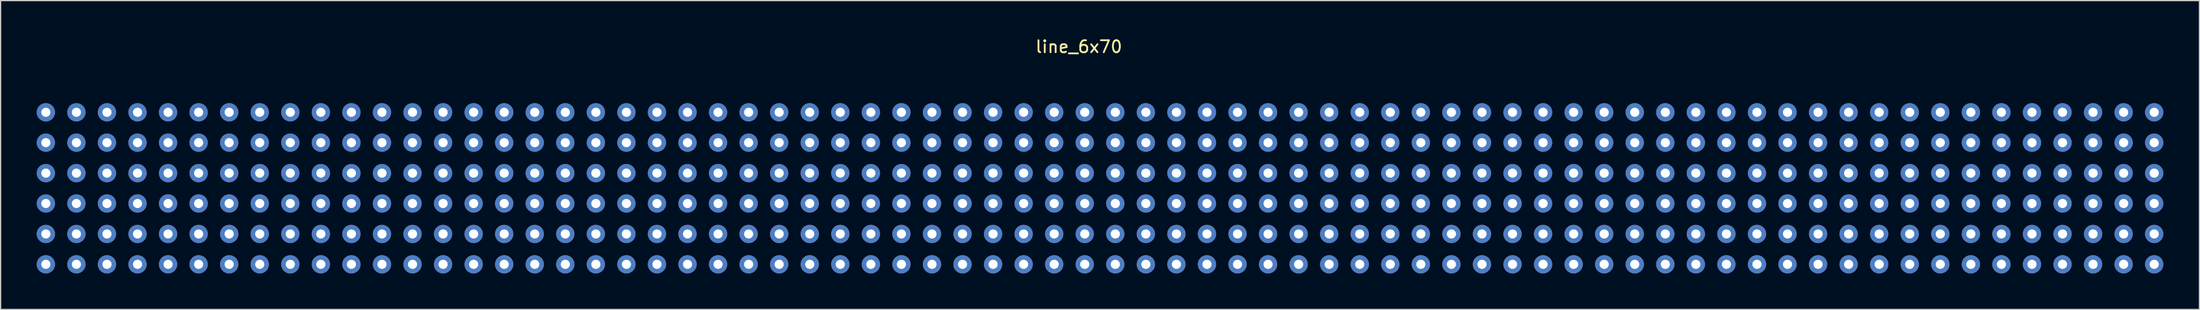
<source format=kicad_pcb>
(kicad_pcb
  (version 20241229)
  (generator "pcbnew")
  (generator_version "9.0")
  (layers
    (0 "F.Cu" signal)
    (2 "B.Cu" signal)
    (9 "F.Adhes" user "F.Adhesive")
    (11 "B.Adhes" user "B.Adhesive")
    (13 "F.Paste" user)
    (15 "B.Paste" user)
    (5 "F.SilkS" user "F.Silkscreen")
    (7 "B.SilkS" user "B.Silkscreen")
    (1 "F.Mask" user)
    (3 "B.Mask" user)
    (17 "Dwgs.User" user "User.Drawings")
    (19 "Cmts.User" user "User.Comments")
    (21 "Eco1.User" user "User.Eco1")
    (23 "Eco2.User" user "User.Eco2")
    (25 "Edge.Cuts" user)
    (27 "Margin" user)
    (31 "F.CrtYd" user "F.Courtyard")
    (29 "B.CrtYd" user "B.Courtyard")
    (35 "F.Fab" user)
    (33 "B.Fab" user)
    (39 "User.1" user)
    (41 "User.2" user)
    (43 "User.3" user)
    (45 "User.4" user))
  (footprint "line_6x70"
    (layer "F.Cu")
    (at 86.662 12.088)
    (property "Reference" "line_6x70" (at -0.03 -11.24 0) (layer "F.SilkS") (effects (font (size 1 1) (thickness 0.15))))
    (attr through_hole)
    (pad "1" thru_hole circle (at -85.9 -5.78) (size 1.524 1.524) (drill 0.762) (layers "*.Cu" "*.Mask"))
    (pad "1" thru_hole circle (at -85.9 -3.25) (size 1.524 1.524) (drill 0.762) (layers "*.Cu" "*.Mask"))
    (pad "1" thru_hole circle (at -85.9 -0.71) (size 1.524 1.524) (drill 0.762) (layers "*.Cu" "*.Mask"))
    (pad "1" thru_hole circle (at -85.9 1.82) (size 1.524 1.524) (drill 0.762) (layers "*.Cu" "*.Mask"))
    (pad "1" thru_hole circle (at -85.9 4.36) (size 1.524 1.524) (drill 0.762) (layers "*.Cu" "*.Mask"))
    (pad "1" thru_hole circle (at -85.9 6.89) (size 1.524 1.524) (drill 0.762) (layers "*.Cu" "*.Mask"))
    (pad "2" thru_hole circle (at -83.36 -5.78) (size 1.524 1.524) (drill 0.762) (layers "*.Cu" "*.Mask"))
    (pad "2" thru_hole circle (at -83.36 -3.25) (size 1.524 1.524) (drill 0.762) (layers "*.Cu" "*.Mask"))
    (pad "2" thru_hole circle (at -83.36 -0.71) (size 1.524 1.524) (drill 0.762) (layers "*.Cu" "*.Mask"))
    (pad "2" thru_hole circle (at -83.36 1.82) (size 1.524 1.524) (drill 0.762) (layers "*.Cu" "*.Mask"))
    (pad "2" thru_hole circle (at -83.36 4.36) (size 1.524 1.524) (drill 0.762) (layers "*.Cu" "*.Mask"))
    (pad "2" thru_hole circle (at -83.36 6.89) (size 1.524 1.524) (drill 0.762) (layers "*.Cu" "*.Mask"))
    (pad "3" thru_hole circle (at -80.82 -5.78) (size 1.524 1.524) (drill 0.762) (layers "*.Cu" "*.Mask"))
    (pad "3" thru_hole circle (at -80.82 -3.25) (size 1.524 1.524) (drill 0.762) (layers "*.Cu" "*.Mask"))
    (pad "3" thru_hole circle (at -80.82 -0.71) (size 1.524 1.524) (drill 0.762) (layers "*.Cu" "*.Mask"))
    (pad "3" thru_hole circle (at -80.82 1.82) (size 1.524 1.524) (drill 0.762) (layers "*.Cu" "*.Mask"))
    (pad "3" thru_hole circle (at -80.82 4.36) (size 1.524 1.524) (drill 0.762) (layers "*.Cu" "*.Mask"))
    (pad "3" thru_hole circle (at -80.82 6.89) (size 1.524 1.524) (drill 0.762) (layers "*.Cu" "*.Mask"))
    (pad "4" thru_hole circle (at -78.28 -5.78) (size 1.524 1.524) (drill 0.762) (layers "*.Cu" "*.Mask"))
    (pad "4" thru_hole circle (at -78.28 -3.25) (size 1.524 1.524) (drill 0.762) (layers "*.Cu" "*.Mask"))
    (pad "4" thru_hole circle (at -78.28 -0.71) (size 1.524 1.524) (drill 0.762) (layers "*.Cu" "*.Mask"))
    (pad "4" thru_hole circle (at -78.28 1.82) (size 1.524 1.524) (drill 0.762) (layers "*.Cu" "*.Mask"))
    (pad "4" thru_hole circle (at -78.28 4.36) (size 1.524 1.524) (drill 0.762) (layers "*.Cu" "*.Mask"))
    (pad "4" thru_hole circle (at -78.28 6.89) (size 1.524 1.524) (drill 0.762) (layers "*.Cu" "*.Mask"))
    (pad "5" thru_hole circle (at -75.74 -5.78) (size 1.524 1.524) (drill 0.762) (layers "*.Cu" "*.Mask"))
    (pad "5" thru_hole circle (at -75.74 -3.25) (size 1.524 1.524) (drill 0.762) (layers "*.Cu" "*.Mask"))
    (pad "5" thru_hole circle (at -75.74 -0.71) (size 1.524 1.524) (drill 0.762) (layers "*.Cu" "*.Mask"))
    (pad "5" thru_hole circle (at -75.74 1.82) (size 1.524 1.524) (drill 0.762) (layers "*.Cu" "*.Mask"))
    (pad "5" thru_hole circle (at -75.74 4.36) (size 1.524 1.524) (drill 0.762) (layers "*.Cu" "*.Mask"))
    (pad "5" thru_hole circle (at -75.74 6.89) (size 1.524 1.524) (drill 0.762) (layers "*.Cu" "*.Mask"))
    (pad "6" thru_hole circle (at -73.2 -5.78) (size 1.524 1.524) (drill 0.762) (layers "*.Cu" "*.Mask"))
    (pad "6" thru_hole circle (at -73.2 -3.25) (size 1.524 1.524) (drill 0.762) (layers "*.Cu" "*.Mask"))
    (pad "6" thru_hole circle (at -73.2 -0.71) (size 1.524 1.524) (drill 0.762) (layers "*.Cu" "*.Mask"))
    (pad "6" thru_hole circle (at -73.2 1.82) (size 1.524 1.524) (drill 0.762) (layers "*.Cu" "*.Mask"))
    (pad "6" thru_hole circle (at -73.2 4.36) (size 1.524 1.524) (drill 0.762) (layers "*.Cu" "*.Mask"))
    (pad "6" thru_hole circle (at -73.2 6.89) (size 1.524 1.524) (drill 0.762) (layers "*.Cu" "*.Mask"))
    (pad "7" thru_hole circle (at -70.66 -5.78) (size 1.524 1.524) (drill 0.762) (layers "*.Cu" "*.Mask"))
    (pad "7" thru_hole circle (at -70.66 -3.25) (size 1.524 1.524) (drill 0.762) (layers "*.Cu" "*.Mask"))
    (pad "7" thru_hole circle (at -70.66 -0.71) (size 1.524 1.524) (drill 0.762) (layers "*.Cu" "*.Mask"))
    (pad "7" thru_hole circle (at -70.66 1.82) (size 1.524 1.524) (drill 0.762) (layers "*.Cu" "*.Mask"))
    (pad "7" thru_hole circle (at -70.66 4.36) (size 1.524 1.524) (drill 0.762) (layers "*.Cu" "*.Mask"))
    (pad "7" thru_hole circle (at -70.66 6.89) (size 1.524 1.524) (drill 0.762) (layers "*.Cu" "*.Mask"))
    (pad "8" thru_hole circle (at -68.12 -5.78) (size 1.524 1.524) (drill 0.762) (layers "*.Cu" "*.Mask"))
    (pad "8" thru_hole circle (at -68.12 -3.25) (size 1.524 1.524) (drill 0.762) (layers "*.Cu" "*.Mask"))
    (pad "8" thru_hole circle (at -68.12 -0.71) (size 1.524 1.524) (drill 0.762) (layers "*.Cu" "*.Mask"))
    (pad "8" thru_hole circle (at -68.12 1.82) (size 1.524 1.524) (drill 0.762) (layers "*.Cu" "*.Mask"))
    (pad "8" thru_hole circle (at -68.12 4.36) (size 1.524 1.524) (drill 0.762) (layers "*.Cu" "*.Mask"))
    (pad "8" thru_hole circle (at -68.12 6.89) (size 1.524 1.524) (drill 0.762) (layers "*.Cu" "*.Mask"))
    (pad "9" thru_hole circle (at -65.58 -5.78) (size 1.524 1.524) (drill 0.762) (layers "*.Cu" "*.Mask"))
    (pad "9" thru_hole circle (at -65.58 -3.25) (size 1.524 1.524) (drill 0.762) (layers "*.Cu" "*.Mask"))
    (pad "9" thru_hole circle (at -65.58 -0.71) (size 1.524 1.524) (drill 0.762) (layers "*.Cu" "*.Mask"))
    (pad "9" thru_hole circle (at -65.58 1.82) (size 1.524 1.524) (drill 0.762) (layers "*.Cu" "*.Mask"))
    (pad "9" thru_hole circle (at -65.58 4.36) (size 1.524 1.524) (drill 0.762) (layers "*.Cu" "*.Mask"))
    (pad "9" thru_hole circle (at -65.58 6.89) (size 1.524 1.524) (drill 0.762) (layers "*.Cu" "*.Mask"))
    (pad "10" thru_hole circle (at -63.04 -5.78) (size 1.524 1.524) (drill 0.762) (layers "*.Cu" "*.Mask"))
    (pad "10" thru_hole circle (at -63.04 -3.25) (size 1.524 1.524) (drill 0.762) (layers "*.Cu" "*.Mask"))
    (pad "10" thru_hole circle (at -63.04 -0.71) (size 1.524 1.524) (drill 0.762) (layers "*.Cu" "*.Mask"))
    (pad "10" thru_hole circle (at -63.04 1.82) (size 1.524 1.524) (drill 0.762) (layers "*.Cu" "*.Mask"))
    (pad "10" thru_hole circle (at -63.04 4.36) (size 1.524 1.524) (drill 0.762) (layers "*.Cu" "*.Mask"))
    (pad "10" thru_hole circle (at -63.04 6.89) (size 1.524 1.524) (drill 0.762) (layers "*.Cu" "*.Mask"))
    (pad "11" thru_hole circle (at -60.5 -5.78) (size 1.524 1.524) (drill 0.762) (layers "*.Cu" "*.Mask"))
    (pad "11" thru_hole circle (at -60.5 -3.25) (size 1.524 1.524) (drill 0.762) (layers "*.Cu" "*.Mask"))
    (pad "11" thru_hole circle (at -60.5 -0.71) (size 1.524 1.524) (drill 0.762) (layers "*.Cu" "*.Mask"))
    (pad "11" thru_hole circle (at -60.5 1.82) (size 1.524 1.524) (drill 0.762) (layers "*.Cu" "*.Mask"))
    (pad "11" thru_hole circle (at -60.5 4.36) (size 1.524 1.524) (drill 0.762) (layers "*.Cu" "*.Mask"))
    (pad "11" thru_hole circle (at -60.5 6.89) (size 1.524 1.524) (drill 0.762) (layers "*.Cu" "*.Mask"))
    (pad "12" thru_hole circle (at -57.96 -5.78) (size 1.524 1.524) (drill 0.762) (layers "*.Cu" "*.Mask"))
    (pad "12" thru_hole circle (at -57.96 -3.25) (size 1.524 1.524) (drill 0.762) (layers "*.Cu" "*.Mask"))
    (pad "12" thru_hole circle (at -57.96 -0.71) (size 1.524 1.524) (drill 0.762) (layers "*.Cu" "*.Mask"))
    (pad "12" thru_hole circle (at -57.96 1.82) (size 1.524 1.524) (drill 0.762) (layers "*.Cu" "*.Mask"))
    (pad "12" thru_hole circle (at -57.96 4.36) (size 1.524 1.524) (drill 0.762) (layers "*.Cu" "*.Mask"))
    (pad "12" thru_hole circle (at -57.96 6.89) (size 1.524 1.524) (drill 0.762) (layers "*.Cu" "*.Mask"))
    (pad "13" thru_hole circle (at -55.42 -5.78) (size 1.524 1.524) (drill 0.762) (layers "*.Cu" "*.Mask"))
    (pad "13" thru_hole circle (at -55.42 -3.25) (size 1.524 1.524) (drill 0.762) (layers "*.Cu" "*.Mask"))
    (pad "13" thru_hole circle (at -55.42 -0.71) (size 1.524 1.524) (drill 0.762) (layers "*.Cu" "*.Mask"))
    (pad "13" thru_hole circle (at -55.42 1.82) (size 1.524 1.524) (drill 0.762) (layers "*.Cu" "*.Mask"))
    (pad "13" thru_hole circle (at -55.42 4.36) (size 1.524 1.524) (drill 0.762) (layers "*.Cu" "*.Mask"))
    (pad "13" thru_hole circle (at -55.42 6.89) (size 1.524 1.524) (drill 0.762) (layers "*.Cu" "*.Mask"))
    (pad "14" thru_hole circle (at -52.88 -5.78) (size 1.524 1.524) (drill 0.762) (layers "*.Cu" "*.Mask"))
    (pad "14" thru_hole circle (at -52.88 -3.25) (size 1.524 1.524) (drill 0.762) (layers "*.Cu" "*.Mask"))
    (pad "14" thru_hole circle (at -52.88 -0.71) (size 1.524 1.524) (drill 0.762) (layers "*.Cu" "*.Mask"))
    (pad "14" thru_hole circle (at -52.88 1.82) (size 1.524 1.524) (drill 0.762) (layers "*.Cu" "*.Mask"))
    (pad "14" thru_hole circle (at -52.88 4.36) (size 1.524 1.524) (drill 0.762) (layers "*.Cu" "*.Mask"))
    (pad "14" thru_hole circle (at -52.88 6.89) (size 1.524 1.524) (drill 0.762) (layers "*.Cu" "*.Mask"))
    (pad "15" thru_hole circle (at -50.34 -5.78) (size 1.524 1.524) (drill 0.762) (layers "*.Cu" "*.Mask"))
    (pad "15" thru_hole circle (at -50.34 -3.25) (size 1.524 1.524) (drill 0.762) (layers "*.Cu" "*.Mask"))
    (pad "15" thru_hole circle (at -50.34 -0.71) (size 1.524 1.524) (drill 0.762) (layers "*.Cu" "*.Mask"))
    (pad "15" thru_hole circle (at -50.34 1.82) (size 1.524 1.524) (drill 0.762) (layers "*.Cu" "*.Mask"))
    (pad "15" thru_hole circle (at -50.34 4.36) (size 1.524 1.524) (drill 0.762) (layers "*.Cu" "*.Mask"))
    (pad "15" thru_hole circle (at -50.34 6.89) (size 1.524 1.524) (drill 0.762) (layers "*.Cu" "*.Mask"))
    (pad "16" thru_hole circle (at -47.8 -5.78) (size 1.524 1.524) (drill 0.762) (layers "*.Cu" "*.Mask"))
    (pad "16" thru_hole circle (at -47.8 -3.25) (size 1.524 1.524) (drill 0.762) (layers "*.Cu" "*.Mask"))
    (pad "16" thru_hole circle (at -47.8 -0.71) (size 1.524 1.524) (drill 0.762) (layers "*.Cu" "*.Mask"))
    (pad "16" thru_hole circle (at -47.8 1.82) (size 1.524 1.524) (drill 0.762) (layers "*.Cu" "*.Mask"))
    (pad "16" thru_hole circle (at -47.8 4.36) (size 1.524 1.524) (drill 0.762) (layers "*.Cu" "*.Mask"))
    (pad "16" thru_hole circle (at -47.8 6.89) (size 1.524 1.524) (drill 0.762) (layers "*.Cu" "*.Mask"))
    (pad "17" thru_hole circle (at -45.26 -5.78) (size 1.524 1.524) (drill 0.762) (layers "*.Cu" "*.Mask"))
    (pad "17" thru_hole circle (at -45.26 -3.25) (size 1.524 1.524) (drill 0.762) (layers "*.Cu" "*.Mask"))
    (pad "17" thru_hole circle (at -45.26 -0.71) (size 1.524 1.524) (drill 0.762) (layers "*.Cu" "*.Mask"))
    (pad "17" thru_hole circle (at -45.26 1.82) (size 1.524 1.524) (drill 0.762) (layers "*.Cu" "*.Mask"))
    (pad "17" thru_hole circle (at -45.26 4.36) (size 1.524 1.524) (drill 0.762) (layers "*.Cu" "*.Mask"))
    (pad "17" thru_hole circle (at -45.26 6.89) (size 1.524 1.524) (drill 0.762) (layers "*.Cu" "*.Mask"))
    (pad "18" thru_hole circle (at -42.72 -5.78) (size 1.524 1.524) (drill 0.762) (layers "*.Cu" "*.Mask"))
    (pad "18" thru_hole circle (at -42.72 -3.25) (size 1.524 1.524) (drill 0.762) (layers "*.Cu" "*.Mask"))
    (pad "18" thru_hole circle (at -42.72 -0.71) (size 1.524 1.524) (drill 0.762) (layers "*.Cu" "*.Mask"))
    (pad "18" thru_hole circle (at -42.72 1.82) (size 1.524 1.524) (drill 0.762) (layers "*.Cu" "*.Mask"))
    (pad "18" thru_hole circle (at -42.72 4.36) (size 1.524 1.524) (drill 0.762) (layers "*.Cu" "*.Mask"))
    (pad "18" thru_hole circle (at -42.72 6.89) (size 1.524 1.524) (drill 0.762) (layers "*.Cu" "*.Mask"))
    (pad "19" thru_hole circle (at -40.18 -5.78) (size 1.524 1.524) (drill 0.762) (layers "*.Cu" "*.Mask"))
    (pad "19" thru_hole circle (at -40.18 -3.25) (size 1.524 1.524) (drill 0.762) (layers "*.Cu" "*.Mask"))
    (pad "19" thru_hole circle (at -40.18 -0.71) (size 1.524 1.524) (drill 0.762) (layers "*.Cu" "*.Mask"))
    (pad "19" thru_hole circle (at -40.18 1.82) (size 1.524 1.524) (drill 0.762) (layers "*.Cu" "*.Mask"))
    (pad "19" thru_hole circle (at -40.18 4.36) (size 1.524 1.524) (drill 0.762) (layers "*.Cu" "*.Mask"))
    (pad "19" thru_hole circle (at -40.18 6.89) (size 1.524 1.524) (drill 0.762) (layers "*.Cu" "*.Mask"))
    (pad "20" thru_hole circle (at -37.64 -5.78) (size 1.524 1.524) (drill 0.762) (layers "*.Cu" "*.Mask"))
    (pad "20" thru_hole circle (at -37.64 -3.25) (size 1.524 1.524) (drill 0.762) (layers "*.Cu" "*.Mask"))
    (pad "20" thru_hole circle (at -37.64 -0.71) (size 1.524 1.524) (drill 0.762) (layers "*.Cu" "*.Mask"))
    (pad "20" thru_hole circle (at -37.64 1.82) (size 1.524 1.524) (drill 0.762) (layers "*.Cu" "*.Mask"))
    (pad "20" thru_hole circle (at -37.64 4.36) (size 1.524 1.524) (drill 0.762) (layers "*.Cu" "*.Mask"))
    (pad "20" thru_hole circle (at -37.64 6.89) (size 1.524 1.524) (drill 0.762) (layers "*.Cu" "*.Mask"))
    (pad "21" thru_hole circle (at -35.1 -5.78) (size 1.524 1.524) (drill 0.762) (layers "*.Cu" "*.Mask"))
    (pad "21" thru_hole circle (at -35.1 -3.25) (size 1.524 1.524) (drill 0.762) (layers "*.Cu" "*.Mask"))
    (pad "21" thru_hole circle (at -35.1 -0.71) (size 1.524 1.524) (drill 0.762) (layers "*.Cu" "*.Mask"))
    (pad "21" thru_hole circle (at -35.1 1.82) (size 1.524 1.524) (drill 0.762) (layers "*.Cu" "*.Mask"))
    (pad "21" thru_hole circle (at -35.1 4.36) (size 1.524 1.524) (drill 0.762) (layers "*.Cu" "*.Mask"))
    (pad "21" thru_hole circle (at -35.1 6.89) (size 1.524 1.524) (drill 0.762) (layers "*.Cu" "*.Mask"))
    (pad "22" thru_hole circle (at -32.56 -5.78) (size 1.524 1.524) (drill 0.762) (layers "*.Cu" "*.Mask"))
    (pad "22" thru_hole circle (at -32.56 -3.25) (size 1.524 1.524) (drill 0.762) (layers "*.Cu" "*.Mask"))
    (pad "22" thru_hole circle (at -32.56 -0.71) (size 1.524 1.524) (drill 0.762) (layers "*.Cu" "*.Mask"))
    (pad "22" thru_hole circle (at -32.56 1.82) (size 1.524 1.524) (drill 0.762) (layers "*.Cu" "*.Mask"))
    (pad "22" thru_hole circle (at -32.56 4.36) (size 1.524 1.524) (drill 0.762) (layers "*.Cu" "*.Mask"))
    (pad "22" thru_hole circle (at -32.56 6.89) (size 1.524 1.524) (drill 0.762) (layers "*.Cu" "*.Mask"))
    (pad "23" thru_hole circle (at -30.02 -5.78) (size 1.524 1.524) (drill 0.762) (layers "*.Cu" "*.Mask"))
    (pad "23" thru_hole circle (at -30.02 -3.25) (size 1.524 1.524) (drill 0.762) (layers "*.Cu" "*.Mask"))
    (pad "23" thru_hole circle (at -30.02 -0.71) (size 1.524 1.524) (drill 0.762) (layers "*.Cu" "*.Mask"))
    (pad "23" thru_hole circle (at -30.02 1.82) (size 1.524 1.524) (drill 0.762) (layers "*.Cu" "*.Mask"))
    (pad "23" thru_hole circle (at -30.02 4.36) (size 1.524 1.524) (drill 0.762) (layers "*.Cu" "*.Mask"))
    (pad "23" thru_hole circle (at -30.02 6.89) (size 1.524 1.524) (drill 0.762) (layers "*.Cu" "*.Mask"))
    (pad "24" thru_hole circle (at -27.48 -5.78) (size 1.524 1.524) (drill 0.762) (layers "*.Cu" "*.Mask"))
    (pad "24" thru_hole circle (at -27.48 -3.25) (size 1.524 1.524) (drill 0.762) (layers "*.Cu" "*.Mask"))
    (pad "24" thru_hole circle (at -27.48 -0.71) (size 1.524 1.524) (drill 0.762) (layers "*.Cu" "*.Mask"))
    (pad "24" thru_hole circle (at -27.48 1.82) (size 1.524 1.524) (drill 0.762) (layers "*.Cu" "*.Mask"))
    (pad "24" thru_hole circle (at -27.48 4.36) (size 1.524 1.524) (drill 0.762) (layers "*.Cu" "*.Mask"))
    (pad "24" thru_hole circle (at -27.48 6.89) (size 1.524 1.524) (drill 0.762) (layers "*.Cu" "*.Mask"))
    (pad "25" thru_hole circle (at -24.94 -5.78) (size 1.524 1.524) (drill 0.762) (layers "*.Cu" "*.Mask"))
    (pad "25" thru_hole circle (at -24.94 -3.25) (size 1.524 1.524) (drill 0.762) (layers "*.Cu" "*.Mask"))
    (pad "25" thru_hole circle (at -24.94 -0.71) (size 1.524 1.524) (drill 0.762) (layers "*.Cu" "*.Mask"))
    (pad "25" thru_hole circle (at -24.94 1.82) (size 1.524 1.524) (drill 0.762) (layers "*.Cu" "*.Mask"))
    (pad "25" thru_hole circle (at -24.94 4.36) (size 1.524 1.524) (drill 0.762) (layers "*.Cu" "*.Mask"))
    (pad "25" thru_hole circle (at -24.94 6.89) (size 1.524 1.524) (drill 0.762) (layers "*.Cu" "*.Mask"))
    (pad "26" thru_hole circle (at -22.4 -5.78) (size 1.524 1.524) (drill 0.762) (layers "*.Cu" "*.Mask"))
    (pad "26" thru_hole circle (at -22.4 -3.25) (size 1.524 1.524) (drill 0.762) (layers "*.Cu" "*.Mask"))
    (pad "26" thru_hole circle (at -22.4 -0.71) (size 1.524 1.524) (drill 0.762) (layers "*.Cu" "*.Mask"))
    (pad "26" thru_hole circle (at -22.4 1.82) (size 1.524 1.524) (drill 0.762) (layers "*.Cu" "*.Mask"))
    (pad "26" thru_hole circle (at -22.4 4.36) (size 1.524 1.524) (drill 0.762) (layers "*.Cu" "*.Mask"))
    (pad "26" thru_hole circle (at -22.4 6.89) (size 1.524 1.524) (drill 0.762) (layers "*.Cu" "*.Mask"))
    (pad "27" thru_hole circle (at -19.86 -5.78) (size 1.524 1.524) (drill 0.762) (layers "*.Cu" "*.Mask"))
    (pad "27" thru_hole circle (at -19.86 -3.25) (size 1.524 1.524) (drill 0.762) (layers "*.Cu" "*.Mask"))
    (pad "27" thru_hole circle (at -19.86 -0.71) (size 1.524 1.524) (drill 0.762) (layers "*.Cu" "*.Mask"))
    (pad "27" thru_hole circle (at -19.86 1.82) (size 1.524 1.524) (drill 0.762) (layers "*.Cu" "*.Mask"))
    (pad "27" thru_hole circle (at -19.86 4.36) (size 1.524 1.524) (drill 0.762) (layers "*.Cu" "*.Mask"))
    (pad "27" thru_hole circle (at -19.86 6.89) (size 1.524 1.524) (drill 0.762) (layers "*.Cu" "*.Mask"))
    (pad "28" thru_hole circle (at -17.32 -5.78) (size 1.524 1.524) (drill 0.762) (layers "*.Cu" "*.Mask"))
    (pad "28" thru_hole circle (at -17.32 -3.25) (size 1.524 1.524) (drill 0.762) (layers "*.Cu" "*.Mask"))
    (pad "28" thru_hole circle (at -17.32 -0.71) (size 1.524 1.524) (drill 0.762) (layers "*.Cu" "*.Mask"))
    (pad "28" thru_hole circle (at -17.32 1.82) (size 1.524 1.524) (drill 0.762) (layers "*.Cu" "*.Mask"))
    (pad "28" thru_hole circle (at -17.32 4.36) (size 1.524 1.524) (drill 0.762) (layers "*.Cu" "*.Mask"))
    (pad "28" thru_hole circle (at -17.32 6.89) (size 1.524 1.524) (drill 0.762) (layers "*.Cu" "*.Mask"))
    (pad "29" thru_hole circle (at -14.78 -5.78) (size 1.524 1.524) (drill 0.762) (layers "*.Cu" "*.Mask"))
    (pad "29" thru_hole circle (at -14.78 -3.25) (size 1.524 1.524) (drill 0.762) (layers "*.Cu" "*.Mask"))
    (pad "29" thru_hole circle (at -14.78 -0.71) (size 1.524 1.524) (drill 0.762) (layers "*.Cu" "*.Mask"))
    (pad "29" thru_hole circle (at -14.78 1.82) (size 1.524 1.524) (drill 0.762) (layers "*.Cu" "*.Mask"))
    (pad "29" thru_hole circle (at -14.78 4.36) (size 1.524 1.524) (drill 0.762) (layers "*.Cu" "*.Mask"))
    (pad "29" thru_hole circle (at -14.78 6.89) (size 1.524 1.524) (drill 0.762) (layers "*.Cu" "*.Mask"))
    (pad "30" thru_hole circle (at -12.24 -5.78) (size 1.524 1.524) (drill 0.762) (layers "*.Cu" "*.Mask"))
    (pad "30" thru_hole circle (at -12.24 -3.25) (size 1.524 1.524) (drill 0.762) (layers "*.Cu" "*.Mask"))
    (pad "30" thru_hole circle (at -12.24 -0.71) (size 1.524 1.524) (drill 0.762) (layers "*.Cu" "*.Mask"))
    (pad "30" thru_hole circle (at -12.24 1.82) (size 1.524 1.524) (drill 0.762) (layers "*.Cu" "*.Mask"))
    (pad "30" thru_hole circle (at -12.24 4.36) (size 1.524 1.524) (drill 0.762) (layers "*.Cu" "*.Mask"))
    (pad "30" thru_hole circle (at -12.24 6.89) (size 1.524 1.524) (drill 0.762) (layers "*.Cu" "*.Mask"))
    (pad "31" thru_hole circle (at -9.7 -5.78) (size 1.524 1.524) (drill 0.762) (layers "*.Cu" "*.Mask"))
    (pad "31" thru_hole circle (at -9.7 -3.25) (size 1.524 1.524) (drill 0.762) (layers "*.Cu" "*.Mask"))
    (pad "31" thru_hole circle (at -9.7 -0.71) (size 1.524 1.524) (drill 0.762) (layers "*.Cu" "*.Mask"))
    (pad "31" thru_hole circle (at -9.7 1.82) (size 1.524 1.524) (drill 0.762) (layers "*.Cu" "*.Mask"))
    (pad "31" thru_hole circle (at -9.7 4.36) (size 1.524 1.524) (drill 0.762) (layers "*.Cu" "*.Mask"))
    (pad "31" thru_hole circle (at -9.7 6.89) (size 1.524 1.524) (drill 0.762) (layers "*.Cu" "*.Mask"))
    (pad "32" thru_hole circle (at -7.16 -5.78) (size 1.524 1.524) (drill 0.762) (layers "*.Cu" "*.Mask"))
    (pad "32" thru_hole circle (at -7.16 -3.25) (size 1.524 1.524) (drill 0.762) (layers "*.Cu" "*.Mask"))
    (pad "32" thru_hole circle (at -7.16 -0.71) (size 1.524 1.524) (drill 0.762) (layers "*.Cu" "*.Mask"))
    (pad "32" thru_hole circle (at -7.16 1.82) (size 1.524 1.524) (drill 0.762) (layers "*.Cu" "*.Mask"))
    (pad "32" thru_hole circle (at -7.16 4.36) (size 1.524 1.524) (drill 0.762) (layers "*.Cu" "*.Mask"))
    (pad "32" thru_hole circle (at -7.16 6.89) (size 1.524 1.524) (drill 0.762) (layers "*.Cu" "*.Mask"))
    (pad "33" thru_hole circle (at -4.62 -5.78) (size 1.524 1.524) (drill 0.762) (layers "*.Cu" "*.Mask"))
    (pad "33" thru_hole circle (at -4.62 -3.25) (size 1.524 1.524) (drill 0.762) (layers "*.Cu" "*.Mask"))
    (pad "33" thru_hole circle (at -4.62 -0.71) (size 1.524 1.524) (drill 0.762) (layers "*.Cu" "*.Mask"))
    (pad "33" thru_hole circle (at -4.62 1.82) (size 1.524 1.524) (drill 0.762) (layers "*.Cu" "*.Mask"))
    (pad "33" thru_hole circle (at -4.62 4.36) (size 1.524 1.524) (drill 0.762) (layers "*.Cu" "*.Mask"))
    (pad "33" thru_hole circle (at -4.62 6.89) (size 1.524 1.524) (drill 0.762) (layers "*.Cu" "*.Mask"))
    (pad "34" thru_hole circle (at -2.08 -5.78) (size 1.524 1.524) (drill 0.762) (layers "*.Cu" "*.Mask"))
    (pad "34" thru_hole circle (at -2.08 -3.25) (size 1.524 1.524) (drill 0.762) (layers "*.Cu" "*.Mask"))
    (pad "34" thru_hole circle (at -2.08 -0.71) (size 1.524 1.524) (drill 0.762) (layers "*.Cu" "*.Mask"))
    (pad "34" thru_hole circle (at -2.08 1.82) (size 1.524 1.524) (drill 0.762) (layers "*.Cu" "*.Mask"))
    (pad "34" thru_hole circle (at -2.08 4.36) (size 1.524 1.524) (drill 0.762) (layers "*.Cu" "*.Mask"))
    (pad "34" thru_hole circle (at -2.08 6.89) (size 1.524 1.524) (drill 0.762) (layers "*.Cu" "*.Mask"))
    (pad "35" thru_hole circle (at 0.46 -5.78) (size 1.524 1.524) (drill 0.762) (layers "*.Cu" "*.Mask"))
    (pad "35" thru_hole circle (at 0.46 -3.25) (size 1.524 1.524) (drill 0.762) (layers "*.Cu" "*.Mask"))
    (pad "35" thru_hole circle (at 0.46 -0.71) (size 1.524 1.524) (drill 0.762) (layers "*.Cu" "*.Mask"))
    (pad "35" thru_hole circle (at 0.46 1.82) (size 1.524 1.524) (drill 0.762) (layers "*.Cu" "*.Mask"))
    (pad "35" thru_hole circle (at 0.46 4.36) (size 1.524 1.524) (drill 0.762) (layers "*.Cu" "*.Mask"))
    (pad "35" thru_hole circle (at 0.46 6.89) (size 1.524 1.524) (drill 0.762) (layers "*.Cu" "*.Mask"))
    (pad "36" thru_hole circle (at 3 -5.78) (size 1.524 1.524) (drill 0.762) (layers "*.Cu" "*.Mask"))
    (pad "36" thru_hole circle (at 3 -3.25) (size 1.524 1.524) (drill 0.762) (layers "*.Cu" "*.Mask"))
    (pad "36" thru_hole circle (at 3 -0.71) (size 1.524 1.524) (drill 0.762) (layers "*.Cu" "*.Mask"))
    (pad "36" thru_hole circle (at 3 1.82) (size 1.524 1.524) (drill 0.762) (layers "*.Cu" "*.Mask"))
    (pad "36" thru_hole circle (at 3 4.36) (size 1.524 1.524) (drill 0.762) (layers "*.Cu" "*.Mask"))
    (pad "36" thru_hole circle (at 3 6.89) (size 1.524 1.524) (drill 0.762) (layers "*.Cu" "*.Mask"))
    (pad "37" thru_hole circle (at 5.54 -5.78) (size 1.524 1.524) (drill 0.762) (layers "*.Cu" "*.Mask"))
    (pad "37" thru_hole circle (at 5.54 -3.25) (size 1.524 1.524) (drill 0.762) (layers "*.Cu" "*.Mask"))
    (pad "37" thru_hole circle (at 5.54 -0.71) (size 1.524 1.524) (drill 0.762) (layers "*.Cu" "*.Mask"))
    (pad "37" thru_hole circle (at 5.54 1.82) (size 1.524 1.524) (drill 0.762) (layers "*.Cu" "*.Mask"))
    (pad "37" thru_hole circle (at 5.54 4.36) (size 1.524 1.524) (drill 0.762) (layers "*.Cu" "*.Mask"))
    (pad "37" thru_hole circle (at 5.54 6.89) (size 1.524 1.524) (drill 0.762) (layers "*.Cu" "*.Mask"))
    (pad "38" thru_hole circle (at 8.08 -5.78) (size 1.524 1.524) (drill 0.762) (layers "*.Cu" "*.Mask"))
    (pad "38" thru_hole circle (at 8.08 -3.25) (size 1.524 1.524) (drill 0.762) (layers "*.Cu" "*.Mask"))
    (pad "38" thru_hole circle (at 8.08 -0.71) (size 1.524 1.524) (drill 0.762) (layers "*.Cu" "*.Mask"))
    (pad "38" thru_hole circle (at 8.08 1.82) (size 1.524 1.524) (drill 0.762) (layers "*.Cu" "*.Mask"))
    (pad "38" thru_hole circle (at 8.08 4.36) (size 1.524 1.524) (drill 0.762) (layers "*.Cu" "*.Mask"))
    (pad "38" thru_hole circle (at 8.08 6.89) (size 1.524 1.524) (drill 0.762) (layers "*.Cu" "*.Mask"))
    (pad "39" thru_hole circle (at 10.62 -5.78) (size 1.524 1.524) (drill 0.762) (layers "*.Cu" "*.Mask"))
    (pad "39" thru_hole circle (at 10.62 -3.25) (size 1.524 1.524) (drill 0.762) (layers "*.Cu" "*.Mask"))
    (pad "39" thru_hole circle (at 10.62 -0.71) (size 1.524 1.524) (drill 0.762) (layers "*.Cu" "*.Mask"))
    (pad "39" thru_hole circle (at 10.62 1.82) (size 1.524 1.524) (drill 0.762) (layers "*.Cu" "*.Mask"))
    (pad "39" thru_hole circle (at 10.62 4.36) (size 1.524 1.524) (drill 0.762) (layers "*.Cu" "*.Mask"))
    (pad "39" thru_hole circle (at 10.62 6.89) (size 1.524 1.524) (drill 0.762) (layers "*.Cu" "*.Mask"))
    (pad "40" thru_hole circle (at 13.16 -5.78) (size 1.524 1.524) (drill 0.762) (layers "*.Cu" "*.Mask"))
    (pad "40" thru_hole circle (at 13.16 -3.25) (size 1.524 1.524) (drill 0.762) (layers "*.Cu" "*.Mask"))
    (pad "40" thru_hole circle (at 13.16 -0.71) (size 1.524 1.524) (drill 0.762) (layers "*.Cu" "*.Mask"))
    (pad "40" thru_hole circle (at 13.16 1.82) (size 1.524 1.524) (drill 0.762) (layers "*.Cu" "*.Mask"))
    (pad "40" thru_hole circle (at 13.16 4.36) (size 1.524 1.524) (drill 0.762) (layers "*.Cu" "*.Mask"))
    (pad "40" thru_hole circle (at 13.16 6.89) (size 1.524 1.524) (drill 0.762) (layers "*.Cu" "*.Mask"))
    (pad "41" thru_hole circle (at 15.7 -5.78) (size 1.524 1.524) (drill 0.762) (layers "*.Cu" "*.Mask"))
    (pad "41" thru_hole circle (at 15.7 -3.25) (size 1.524 1.524) (drill 0.762) (layers "*.Cu" "*.Mask"))
    (pad "41" thru_hole circle (at 15.7 -0.71) (size 1.524 1.524) (drill 0.762) (layers "*.Cu" "*.Mask"))
    (pad "41" thru_hole circle (at 15.7 1.82) (size 1.524 1.524) (drill 0.762) (layers "*.Cu" "*.Mask"))
    (pad "41" thru_hole circle (at 15.7 4.36) (size 1.524 1.524) (drill 0.762) (layers "*.Cu" "*.Mask"))
    (pad "41" thru_hole circle (at 15.7 6.89) (size 1.524 1.524) (drill 0.762) (layers "*.Cu" "*.Mask"))
    (pad "42" thru_hole circle (at 18.24 -5.78) (size 1.524 1.524) (drill 0.762) (layers "*.Cu" "*.Mask"))
    (pad "42" thru_hole circle (at 18.24 -3.25) (size 1.524 1.524) (drill 0.762) (layers "*.Cu" "*.Mask"))
    (pad "42" thru_hole circle (at 18.24 -0.71) (size 1.524 1.524) (drill 0.762) (layers "*.Cu" "*.Mask"))
    (pad "42" thru_hole circle (at 18.24 1.82) (size 1.524 1.524) (drill 0.762) (layers "*.Cu" "*.Mask"))
    (pad "42" thru_hole circle (at 18.24 4.36) (size 1.524 1.524) (drill 0.762) (layers "*.Cu" "*.Mask"))
    (pad "42" thru_hole circle (at 18.24 6.89) (size 1.524 1.524) (drill 0.762) (layers "*.Cu" "*.Mask"))
    (pad "43" thru_hole circle (at 20.78 -5.78) (size 1.524 1.524) (drill 0.762) (layers "*.Cu" "*.Mask"))
    (pad "43" thru_hole circle (at 20.78 -3.25) (size 1.524 1.524) (drill 0.762) (layers "*.Cu" "*.Mask"))
    (pad "43" thru_hole circle (at 20.78 -0.71) (size 1.524 1.524) (drill 0.762) (layers "*.Cu" "*.Mask"))
    (pad "43" thru_hole circle (at 20.78 1.82) (size 1.524 1.524) (drill 0.762) (layers "*.Cu" "*.Mask"))
    (pad "43" thru_hole circle (at 20.78 4.36) (size 1.524 1.524) (drill 0.762) (layers "*.Cu" "*.Mask"))
    (pad "43" thru_hole circle (at 20.78 6.89) (size 1.524 1.524) (drill 0.762) (layers "*.Cu" "*.Mask"))
    (pad "44" thru_hole circle (at 23.32 -5.78) (size 1.524 1.524) (drill 0.762) (layers "*.Cu" "*.Mask"))
    (pad "44" thru_hole circle (at 23.32 -3.25) (size 1.524 1.524) (drill 0.762) (layers "*.Cu" "*.Mask"))
    (pad "44" thru_hole circle (at 23.32 -0.71) (size 1.524 1.524) (drill 0.762) (layers "*.Cu" "*.Mask"))
    (pad "44" thru_hole circle (at 23.32 1.82) (size 1.524 1.524) (drill 0.762) (layers "*.Cu" "*.Mask"))
    (pad "44" thru_hole circle (at 23.32 4.36) (size 1.524 1.524) (drill 0.762) (layers "*.Cu" "*.Mask"))
    (pad "44" thru_hole circle (at 23.32 6.89) (size 1.524 1.524) (drill 0.762) (layers "*.Cu" "*.Mask"))
    (pad "45" thru_hole circle (at 25.86 -5.78) (size 1.524 1.524) (drill 0.762) (layers "*.Cu" "*.Mask"))
    (pad "45" thru_hole circle (at 25.86 -3.25) (size 1.524 1.524) (drill 0.762) (layers "*.Cu" "*.Mask"))
    (pad "45" thru_hole circle (at 25.86 -0.71) (size 1.524 1.524) (drill 0.762) (layers "*.Cu" "*.Mask"))
    (pad "45" thru_hole circle (at 25.86 1.82) (size 1.524 1.524) (drill 0.762) (layers "*.Cu" "*.Mask"))
    (pad "45" thru_hole circle (at 25.86 4.36) (size 1.524 1.524) (drill 0.762) (layers "*.Cu" "*.Mask"))
    (pad "45" thru_hole circle (at 25.86 6.89) (size 1.524 1.524) (drill 0.762) (layers "*.Cu" "*.Mask"))
    (pad "46" thru_hole circle (at 28.4 -5.78) (size 1.524 1.524) (drill 0.762) (layers "*.Cu" "*.Mask"))
    (pad "46" thru_hole circle (at 28.4 -3.25) (size 1.524 1.524) (drill 0.762) (layers "*.Cu" "*.Mask"))
    (pad "46" thru_hole circle (at 28.4 -0.71) (size 1.524 1.524) (drill 0.762) (layers "*.Cu" "*.Mask"))
    (pad "46" thru_hole circle (at 28.4 1.82) (size 1.524 1.524) (drill 0.762) (layers "*.Cu" "*.Mask"))
    (pad "46" thru_hole circle (at 28.4 4.36) (size 1.524 1.524) (drill 0.762) (layers "*.Cu" "*.Mask"))
    (pad "46" thru_hole circle (at 28.4 6.89) (size 1.524 1.524) (drill 0.762) (layers "*.Cu" "*.Mask"))
    (pad "47" thru_hole circle (at 30.94 -5.78) (size 1.524 1.524) (drill 0.762) (layers "*.Cu" "*.Mask"))
    (pad "47" thru_hole circle (at 30.94 -3.25) (size 1.524 1.524) (drill 0.762) (layers "*.Cu" "*.Mask"))
    (pad "47" thru_hole circle (at 30.94 -0.71) (size 1.524 1.524) (drill 0.762) (layers "*.Cu" "*.Mask"))
    (pad "47" thru_hole circle (at 30.94 1.82) (size 1.524 1.524) (drill 0.762) (layers "*.Cu" "*.Mask"))
    (pad "47" thru_hole circle (at 30.94 4.36) (size 1.524 1.524) (drill 0.762) (layers "*.Cu" "*.Mask"))
    (pad "47" thru_hole circle (at 30.94 6.89) (size 1.524 1.524) (drill 0.762) (layers "*.Cu" "*.Mask"))
    (pad "48" thru_hole circle (at 33.48 -5.78) (size 1.524 1.524) (drill 0.762) (layers "*.Cu" "*.Mask"))
    (pad "48" thru_hole circle (at 33.48 -3.25) (size 1.524 1.524) (drill 0.762) (layers "*.Cu" "*.Mask"))
    (pad "48" thru_hole circle (at 33.48 -0.71) (size 1.524 1.524) (drill 0.762) (layers "*.Cu" "*.Mask"))
    (pad "48" thru_hole circle (at 33.48 1.82) (size 1.524 1.524) (drill 0.762) (layers "*.Cu" "*.Mask"))
    (pad "48" thru_hole circle (at 33.48 4.36) (size 1.524 1.524) (drill 0.762) (layers "*.Cu" "*.Mask"))
    (pad "48" thru_hole circle (at 33.48 6.89) (size 1.524 1.524) (drill 0.762) (layers "*.Cu" "*.Mask"))
    (pad "49" thru_hole circle (at 36.02 -5.78) (size 1.524 1.524) (drill 0.762) (layers "*.Cu" "*.Mask"))
    (pad "49" thru_hole circle (at 36.02 -3.25) (size 1.524 1.524) (drill 0.762) (layers "*.Cu" "*.Mask"))
    (pad "49" thru_hole circle (at 36.02 -0.71) (size 1.524 1.524) (drill 0.762) (layers "*.Cu" "*.Mask"))
    (pad "49" thru_hole circle (at 36.02 1.82) (size 1.524 1.524) (drill 0.762) (layers "*.Cu" "*.Mask"))
    (pad "49" thru_hole circle (at 36.02 4.36) (size 1.524 1.524) (drill 0.762) (layers "*.Cu" "*.Mask"))
    (pad "49" thru_hole circle (at 36.02 6.89) (size 1.524 1.524) (drill 0.762) (layers "*.Cu" "*.Mask"))
    (pad "50" thru_hole circle (at 38.56 -5.78) (size 1.524 1.524) (drill 0.762) (layers "*.Cu" "*.Mask"))
    (pad "50" thru_hole circle (at 38.56 -3.25) (size 1.524 1.524) (drill 0.762) (layers "*.Cu" "*.Mask"))
    (pad "50" thru_hole circle (at 38.56 -0.71) (size 1.524 1.524) (drill 0.762) (layers "*.Cu" "*.Mask"))
    (pad "50" thru_hole circle (at 38.56 1.82) (size 1.524 1.524) (drill 0.762) (layers "*.Cu" "*.Mask"))
    (pad "50" thru_hole circle (at 38.56 4.36) (size 1.524 1.524) (drill 0.762) (layers "*.Cu" "*.Mask"))
    (pad "50" thru_hole circle (at 38.56 6.89) (size 1.524 1.524) (drill 0.762) (layers "*.Cu" "*.Mask"))
    (pad "51" thru_hole circle (at 41.1 -5.78) (size 1.524 1.524) (drill 0.762) (layers "*.Cu" "*.Mask"))
    (pad "51" thru_hole circle (at 41.1 -3.25) (size 1.524 1.524) (drill 0.762) (layers "*.Cu" "*.Mask"))
    (pad "51" thru_hole circle (at 41.1 -0.71) (size 1.524 1.524) (drill 0.762) (layers "*.Cu" "*.Mask"))
    (pad "51" thru_hole circle (at 41.1 1.82) (size 1.524 1.524) (drill 0.762) (layers "*.Cu" "*.Mask"))
    (pad "51" thru_hole circle (at 41.1 4.36) (size 1.524 1.524) (drill 0.762) (layers "*.Cu" "*.Mask"))
    (pad "51" thru_hole circle (at 41.1 6.89) (size 1.524 1.524) (drill 0.762) (layers "*.Cu" "*.Mask"))
    (pad "52" thru_hole circle (at 43.64 -5.78) (size 1.524 1.524) (drill 0.762) (layers "*.Cu" "*.Mask"))
    (pad "52" thru_hole circle (at 43.64 -3.25) (size 1.524 1.524) (drill 0.762) (layers "*.Cu" "*.Mask"))
    (pad "52" thru_hole circle (at 43.64 -0.71) (size 1.524 1.524) (drill 0.762) (layers "*.Cu" "*.Mask"))
    (pad "52" thru_hole circle (at 43.64 1.82) (size 1.524 1.524) (drill 0.762) (layers "*.Cu" "*.Mask"))
    (pad "52" thru_hole circle (at 43.64 4.36) (size 1.524 1.524) (drill 0.762) (layers "*.Cu" "*.Mask"))
    (pad "52" thru_hole circle (at 43.64 6.89) (size 1.524 1.524) (drill 0.762) (layers "*.Cu" "*.Mask"))
    (pad "53" thru_hole circle (at 46.18 -5.78) (size 1.524 1.524) (drill 0.762) (layers "*.Cu" "*.Mask"))
    (pad "53" thru_hole circle (at 46.18 -3.25) (size 1.524 1.524) (drill 0.762) (layers "*.Cu" "*.Mask"))
    (pad "53" thru_hole circle (at 46.18 -0.71) (size 1.524 1.524) (drill 0.762) (layers "*.Cu" "*.Mask"))
    (pad "53" thru_hole circle (at 46.18 1.82) (size 1.524 1.524) (drill 0.762) (layers "*.Cu" "*.Mask"))
    (pad "53" thru_hole circle (at 46.18 4.36) (size 1.524 1.524) (drill 0.762) (layers "*.Cu" "*.Mask"))
    (pad "53" thru_hole circle (at 46.18 6.89) (size 1.524 1.524) (drill 0.762) (layers "*.Cu" "*.Mask"))
    (pad "54" thru_hole circle (at 48.72 -5.78) (size 1.524 1.524) (drill 0.762) (layers "*.Cu" "*.Mask"))
    (pad "54" thru_hole circle (at 48.72 -3.25) (size 1.524 1.524) (drill 0.762) (layers "*.Cu" "*.Mask"))
    (pad "54" thru_hole circle (at 48.72 -0.71) (size 1.524 1.524) (drill 0.762) (layers "*.Cu" "*.Mask"))
    (pad "54" thru_hole circle (at 48.72 1.82) (size 1.524 1.524) (drill 0.762) (layers "*.Cu" "*.Mask"))
    (pad "54" thru_hole circle (at 48.72 4.36) (size 1.524 1.524) (drill 0.762) (layers "*.Cu" "*.Mask"))
    (pad "54" thru_hole circle (at 48.72 6.89) (size 1.524 1.524) (drill 0.762) (layers "*.Cu" "*.Mask"))
    (pad "55" thru_hole circle (at 51.26 -5.78) (size 1.524 1.524) (drill 0.762) (layers "*.Cu" "*.Mask"))
    (pad "55" thru_hole circle (at 51.26 -3.25) (size 1.524 1.524) (drill 0.762) (layers "*.Cu" "*.Mask"))
    (pad "55" thru_hole circle (at 51.26 -0.71) (size 1.524 1.524) (drill 0.762) (layers "*.Cu" "*.Mask"))
    (pad "55" thru_hole circle (at 51.26 1.82) (size 1.524 1.524) (drill 0.762) (layers "*.Cu" "*.Mask"))
    (pad "55" thru_hole circle (at 51.26 4.36) (size 1.524 1.524) (drill 0.762) (layers "*.Cu" "*.Mask"))
    (pad "55" thru_hole circle (at 51.26 6.89) (size 1.524 1.524) (drill 0.762) (layers "*.Cu" "*.Mask"))
    (pad "56" thru_hole circle (at 53.8 -5.78) (size 1.524 1.524) (drill 0.762) (layers "*.Cu" "*.Mask"))
    (pad "56" thru_hole circle (at 53.8 -3.25) (size 1.524 1.524) (drill 0.762) (layers "*.Cu" "*.Mask"))
    (pad "56" thru_hole circle (at 53.8 -0.71) (size 1.524 1.524) (drill 0.762) (layers "*.Cu" "*.Mask"))
    (pad "56" thru_hole circle (at 53.8 1.82) (size 1.524 1.524) (drill 0.762) (layers "*.Cu" "*.Mask"))
    (pad "56" thru_hole circle (at 53.8 4.36) (size 1.524 1.524) (drill 0.762) (layers "*.Cu" "*.Mask"))
    (pad "56" thru_hole circle (at 53.8 6.89) (size 1.524 1.524) (drill 0.762) (layers "*.Cu" "*.Mask"))
    (pad "57" thru_hole circle (at 56.34 -5.78) (size 1.524 1.524) (drill 0.762) (layers "*.Cu" "*.Mask"))
    (pad "57" thru_hole circle (at 56.34 -3.25) (size 1.524 1.524) (drill 0.762) (layers "*.Cu" "*.Mask"))
    (pad "57" thru_hole circle (at 56.34 -0.71) (size 1.524 1.524) (drill 0.762) (layers "*.Cu" "*.Mask"))
    (pad "57" thru_hole circle (at 56.34 1.82) (size 1.524 1.524) (drill 0.762) (layers "*.Cu" "*.Mask"))
    (pad "57" thru_hole circle (at 56.34 4.36) (size 1.524 1.524) (drill 0.762) (layers "*.Cu" "*.Mask"))
    (pad "57" thru_hole circle (at 56.34 6.89) (size 1.524 1.524) (drill 0.762) (layers "*.Cu" "*.Mask"))
    (pad "58" thru_hole circle (at 58.88 -5.78) (size 1.524 1.524) (drill 0.762) (layers "*.Cu" "*.Mask"))
    (pad "58" thru_hole circle (at 58.88 -3.25) (size 1.524 1.524) (drill 0.762) (layers "*.Cu" "*.Mask"))
    (pad "58" thru_hole circle (at 58.88 -0.71) (size 1.524 1.524) (drill 0.762) (layers "*.Cu" "*.Mask"))
    (pad "58" thru_hole circle (at 58.88 1.82) (size 1.524 1.524) (drill 0.762) (layers "*.Cu" "*.Mask"))
    (pad "58" thru_hole circle (at 58.88 4.36) (size 1.524 1.524) (drill 0.762) (layers "*.Cu" "*.Mask"))
    (pad "58" thru_hole circle (at 58.88 6.89) (size 1.524 1.524) (drill 0.762) (layers "*.Cu" "*.Mask"))
    (pad "59" thru_hole circle (at 61.42 -5.78) (size 1.524 1.524) (drill 0.762) (layers "*.Cu" "*.Mask"))
    (pad "59" thru_hole circle (at 61.42 -3.25) (size 1.524 1.524) (drill 0.762) (layers "*.Cu" "*.Mask"))
    (pad "59" thru_hole circle (at 61.42 -0.71) (size 1.524 1.524) (drill 0.762) (layers "*.Cu" "*.Mask"))
    (pad "59" thru_hole circle (at 61.42 1.82) (size 1.524 1.524) (drill 0.762) (layers "*.Cu" "*.Mask"))
    (pad "59" thru_hole circle (at 61.42 4.36) (size 1.524 1.524) (drill 0.762) (layers "*.Cu" "*.Mask"))
    (pad "59" thru_hole circle (at 61.42 6.89) (size 1.524 1.524) (drill 0.762) (layers "*.Cu" "*.Mask"))
    (pad "60" thru_hole circle (at 63.96 -5.78) (size 1.524 1.524) (drill 0.762) (layers "*.Cu" "*.Mask"))
    (pad "60" thru_hole circle (at 63.96 -3.25) (size 1.524 1.524) (drill 0.762) (layers "*.Cu" "*.Mask"))
    (pad "60" thru_hole circle (at 63.96 -0.71) (size 1.524 1.524) (drill 0.762) (layers "*.Cu" "*.Mask"))
    (pad "60" thru_hole circle (at 63.96 1.82) (size 1.524 1.524) (drill 0.762) (layers "*.Cu" "*.Mask"))
    (pad "60" thru_hole circle (at 63.96 4.36) (size 1.524 1.524) (drill 0.762) (layers "*.Cu" "*.Mask"))
    (pad "60" thru_hole circle (at 63.96 6.89) (size 1.524 1.524) (drill 0.762) (layers "*.Cu" "*.Mask"))
    (pad "61" thru_hole circle (at 66.5 -5.78) (size 1.524 1.524) (drill 0.762) (layers "*.Cu" "*.Mask"))
    (pad "61" thru_hole circle (at 66.5 -3.25) (size 1.524 1.524) (drill 0.762) (layers "*.Cu" "*.Mask"))
    (pad "61" thru_hole circle (at 66.5 -0.71) (size 1.524 1.524) (drill 0.762) (layers "*.Cu" "*.Mask"))
    (pad "61" thru_hole circle (at 66.5 1.82) (size 1.524 1.524) (drill 0.762) (layers "*.Cu" "*.Mask"))
    (pad "61" thru_hole circle (at 66.5 4.36) (size 1.524 1.524) (drill 0.762) (layers "*.Cu" "*.Mask"))
    (pad "61" thru_hole circle (at 66.5 6.89) (size 1.524 1.524) (drill 0.762) (layers "*.Cu" "*.Mask"))
    (pad "62" thru_hole circle (at 69.04 -5.78) (size 1.524 1.524) (drill 0.762) (layers "*.Cu" "*.Mask"))
    (pad "62" thru_hole circle (at 69.04 -3.25) (size 1.524 1.524) (drill 0.762) (layers "*.Cu" "*.Mask"))
    (pad "62" thru_hole circle (at 69.04 -0.71) (size 1.524 1.524) (drill 0.762) (layers "*.Cu" "*.Mask"))
    (pad "62" thru_hole circle (at 69.04 1.82) (size 1.524 1.524) (drill 0.762) (layers "*.Cu" "*.Mask"))
    (pad "62" thru_hole circle (at 69.04 4.36) (size 1.524 1.524) (drill 0.762) (layers "*.Cu" "*.Mask"))
    (pad "62" thru_hole circle (at 69.04 6.89) (size 1.524 1.524) (drill 0.762) (layers "*.Cu" "*.Mask"))
    (pad "63" thru_hole circle (at 71.58 -5.78) (size 1.524 1.524) (drill 0.762) (layers "*.Cu" "*.Mask"))
    (pad "63" thru_hole circle (at 71.58 -3.25) (size 1.524 1.524) (drill 0.762) (layers "*.Cu" "*.Mask"))
    (pad "63" thru_hole circle (at 71.58 -0.71) (size 1.524 1.524) (drill 0.762) (layers "*.Cu" "*.Mask"))
    (pad "63" thru_hole circle (at 71.58 1.82) (size 1.524 1.524) (drill 0.762) (layers "*.Cu" "*.Mask"))
    (pad "63" thru_hole circle (at 71.58 4.36) (size 1.524 1.524) (drill 0.762) (layers "*.Cu" "*.Mask"))
    (pad "63" thru_hole circle (at 71.58 6.89) (size 1.524 1.524) (drill 0.762) (layers "*.Cu" "*.Mask"))
    (pad "64" thru_hole circle (at 74.12 -5.78) (size 1.524 1.524) (drill 0.762) (layers "*.Cu" "*.Mask"))
    (pad "64" thru_hole circle (at 74.12 -3.25) (size 1.524 1.524) (drill 0.762) (layers "*.Cu" "*.Mask"))
    (pad "64" thru_hole circle (at 74.12 -0.71) (size 1.524 1.524) (drill 0.762) (layers "*.Cu" "*.Mask"))
    (pad "64" thru_hole circle (at 74.12 1.82) (size 1.524 1.524) (drill 0.762) (layers "*.Cu" "*.Mask"))
    (pad "64" thru_hole circle (at 74.12 4.36) (size 1.524 1.524) (drill 0.762) (layers "*.Cu" "*.Mask"))
    (pad "64" thru_hole circle (at 74.12 6.89) (size 1.524 1.524) (drill 0.762) (layers "*.Cu" "*.Mask"))
    (pad "65" thru_hole circle (at 76.66 -5.78) (size 1.524 1.524) (drill 0.762) (layers "*.Cu" "*.Mask"))
    (pad "65" thru_hole circle (at 76.66 -3.25) (size 1.524 1.524) (drill 0.762) (layers "*.Cu" "*.Mask"))
    (pad "65" thru_hole circle (at 76.66 -0.71) (size 1.524 1.524) (drill 0.762) (layers "*.Cu" "*.Mask"))
    (pad "65" thru_hole circle (at 76.66 1.82) (size 1.524 1.524) (drill 0.762) (layers "*.Cu" "*.Mask"))
    (pad "65" thru_hole circle (at 76.66 4.36) (size 1.524 1.524) (drill 0.762) (layers "*.Cu" "*.Mask"))
    (pad "65" thru_hole circle (at 76.66 6.89) (size 1.524 1.524) (drill 0.762) (layers "*.Cu" "*.Mask"))
    (pad "66" thru_hole circle (at 79.2 -5.78) (size 1.524 1.524) (drill 0.762) (layers "*.Cu" "*.Mask"))
    (pad "66" thru_hole circle (at 79.2 -3.25) (size 1.524 1.524) (drill 0.762) (layers "*.Cu" "*.Mask"))
    (pad "66" thru_hole circle (at 79.2 -0.71) (size 1.524 1.524) (drill 0.762) (layers "*.Cu" "*.Mask"))
    (pad "66" thru_hole circle (at 79.2 1.82) (size 1.524 1.524) (drill 0.762) (layers "*.Cu" "*.Mask"))
    (pad "66" thru_hole circle (at 79.2 4.36) (size 1.524 1.524) (drill 0.762) (layers "*.Cu" "*.Mask"))
    (pad "66" thru_hole circle (at 79.2 6.89) (size 1.524 1.524) (drill 0.762) (layers "*.Cu" "*.Mask"))
    (pad "67" thru_hole circle (at 81.74 -5.78) (size 1.524 1.524) (drill 0.762) (layers "*.Cu" "*.Mask"))
    (pad "67" thru_hole circle (at 81.74 -3.25) (size 1.524 1.524) (drill 0.762) (layers "*.Cu" "*.Mask"))
    (pad "67" thru_hole circle (at 81.74 -0.71) (size 1.524 1.524) (drill 0.762) (layers "*.Cu" "*.Mask"))
    (pad "67" thru_hole circle (at 81.74 1.82) (size 1.524 1.524) (drill 0.762) (layers "*.Cu" "*.Mask"))
    (pad "67" thru_hole circle (at 81.74 4.36) (size 1.524 1.524) (drill 0.762) (layers "*.Cu" "*.Mask"))
    (pad "67" thru_hole circle (at 81.74 6.89) (size 1.524 1.524) (drill 0.762) (layers "*.Cu" "*.Mask"))
    (pad "68" thru_hole circle (at 84.28 -5.78) (size 1.524 1.524) (drill 0.762) (layers "*.Cu" "*.Mask"))
    (pad "68" thru_hole circle (at 84.28 -3.25) (size 1.524 1.524) (drill 0.762) (layers "*.Cu" "*.Mask"))
    (pad "68" thru_hole circle (at 84.28 -0.71) (size 1.524 1.524) (drill 0.762) (layers "*.Cu" "*.Mask"))
    (pad "68" thru_hole circle (at 84.28 1.82) (size 1.524 1.524) (drill 0.762) (layers "*.Cu" "*.Mask"))
    (pad "68" thru_hole circle (at 84.28 4.36) (size 1.524 1.524) (drill 0.762) (layers "*.Cu" "*.Mask"))
    (pad "68" thru_hole circle (at 84.28 6.89) (size 1.524 1.524) (drill 0.762) (layers "*.Cu" "*.Mask"))
    (pad "69" thru_hole circle (at 86.82 -5.78) (size 1.524 1.524) (drill 0.762) (layers "*.Cu" "*.Mask"))
    (pad "69" thru_hole circle (at 86.82 -3.25) (size 1.524 1.524) (drill 0.762) (layers "*.Cu" "*.Mask"))
    (pad "69" thru_hole circle (at 86.82 -0.71) (size 1.524 1.524) (drill 0.762) (layers "*.Cu" "*.Mask"))
    (pad "69" thru_hole circle (at 86.82 1.82) (size 1.524 1.524) (drill 0.762) (layers "*.Cu" "*.Mask"))
    (pad "69" thru_hole circle (at 86.82 4.36) (size 1.524 1.524) (drill 0.762) (layers "*.Cu" "*.Mask"))
    (pad "69" thru_hole circle (at 86.82 6.89) (size 1.524 1.524) (drill 0.762) (layers "*.Cu" "*.Mask"))
    (pad "70" thru_hole circle (at 89.36 -5.78) (size 1.524 1.524) (drill 0.762) (layers "*.Cu" "*.Mask"))
    (pad "70" thru_hole circle (at 89.36 -3.25) (size 1.524 1.524) (drill 0.762) (layers "*.Cu" "*.Mask"))
    (pad "70" thru_hole circle (at 89.36 -0.71) (size 1.524 1.524) (drill 0.762) (layers "*.Cu" "*.Mask"))
    (pad "70" thru_hole circle (at 89.36 1.82) (size 1.524 1.524) (drill 0.762) (layers "*.Cu" "*.Mask"))
    (pad "70" thru_hole circle (at 89.36 4.36) (size 1.524 1.524) (drill 0.762) (layers "*.Cu" "*.Mask"))
    (pad "70" thru_hole circle (at 89.36 6.89) (size 1.524 1.524) (drill 0.762) (layers "*.Cu" "*.Mask")))
  (gr_rect
    (start -3 -3)
    (end 179.784 22.74)
    (stroke (width 0.1) (type default))
    (fill no)
    (layer "Edge.Cuts")))
</source>
